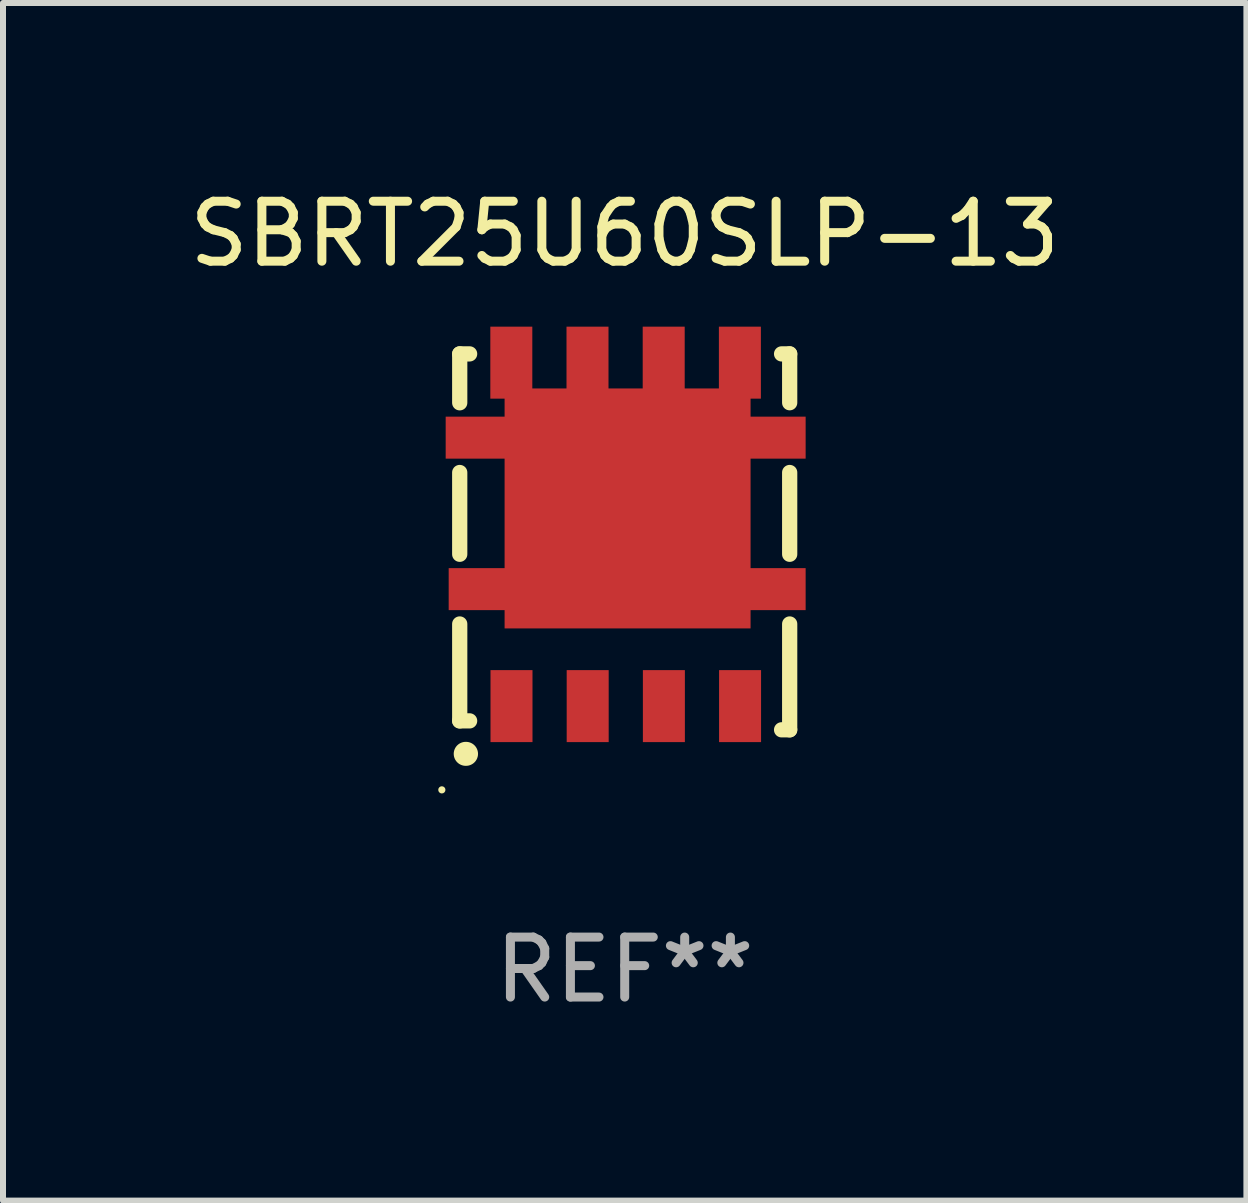
<source format=kicad_pcb>
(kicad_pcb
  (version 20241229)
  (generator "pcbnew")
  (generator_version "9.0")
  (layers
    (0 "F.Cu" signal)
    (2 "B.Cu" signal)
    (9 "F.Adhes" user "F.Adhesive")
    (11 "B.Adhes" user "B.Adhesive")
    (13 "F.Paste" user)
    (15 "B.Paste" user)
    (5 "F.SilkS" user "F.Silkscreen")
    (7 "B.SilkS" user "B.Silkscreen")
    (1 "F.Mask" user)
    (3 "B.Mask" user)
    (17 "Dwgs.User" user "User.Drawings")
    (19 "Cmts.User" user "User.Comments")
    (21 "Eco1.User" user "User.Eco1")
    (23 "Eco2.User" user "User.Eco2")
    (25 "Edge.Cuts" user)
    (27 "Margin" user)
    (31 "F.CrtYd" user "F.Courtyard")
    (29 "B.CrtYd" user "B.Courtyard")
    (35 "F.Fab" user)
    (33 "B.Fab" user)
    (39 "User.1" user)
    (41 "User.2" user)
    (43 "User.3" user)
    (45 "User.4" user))
  (footprint "SBRT25U60SLP-13"
    (layer "F.Cu")
    (at 7.363 5.982)
    (property "Reference" "SBRT25U60SLP-13" (at 0 -5.133 0) (layer "F.SilkS") (effects (font (size 1 1) (thickness 0.15))))
    (attr through_hole)
    (fp_line (start -2.75 -3.133) (end -2.585 -3.133) (stroke (width 0.254) (type solid)) (layer "F.SilkS"))
    (fp_line (start -2.75 -2.318) (end -2.75 -3.133) (stroke (width 0.254) (type solid)) (layer "F.SilkS"))
    (fp_line (start -2.75 0.207) (end -2.75 -1.156) (stroke (width 0.254) (type solid)) (layer "F.SilkS"))
    (fp_line (start -2.75 2.984) (end -2.75 1.369) (stroke (width 0.254) (type solid)) (layer "F.SilkS"))
    (fp_line (start -2.585 2.984) (end -2.75 2.984) (stroke (width 0.254) (type solid)) (layer "F.SilkS"))
    (fp_line (start 2.615 -3.133) (end 2.75 -3.133) (stroke (width 0.254) (type solid)) (layer "F.SilkS"))
    (fp_line (start 2.75 -3.133) (end 2.75 -2.319) (stroke (width 0.254) (type solid)) (layer "F.SilkS"))
    (fp_line (start 2.75 -1.156) (end 2.75 0.207) (stroke (width 0.254) (type solid)) (layer "F.SilkS"))
    (fp_line (start 2.75 1.369) (end 2.75 3.133) (stroke (width 0.254) (type solid)) (layer "F.SilkS"))
    (fp_line (start 2.75 3.133) (end 2.615 3.133) (stroke (width 0.254) (type solid)) (layer "F.SilkS"))
    (fp_arc (start -2.650114 3.533528) (mid -2.647574 3.533512) (end -2.645034 3.533528) (stroke (width 0.4) (type solid)) (layer "F.SilkS"))
    (fp_circle (center -3.048 4.134) (end -3.018 4.134) (stroke (width 0.06) (type solid)) (fill no) (layer "F.SilkS"))
    (fp_text user "REF**" (at 0 7.133 0) (layer "F.Fab") (effects (font (size 1 1) (thickness 0.15))))
    (pad "1" smd rect (at -1.887 2.738 90) (size 1.2 0.7) (layers "F.Cu" "F.Mask" "F.Paste"))
    (pad "2" smd rect (at -0.617 2.738 90) (size 1.2 0.7) (layers "F.Cu" "F.Mask" "F.Paste"))
    (pad "3" smd rect (at 0.653 2.738 90) (size 1.2 0.7) (layers "F.Cu" "F.Mask" "F.Paste"))
    (pad "4" smd rect (at 1.923 2.738 90) (size 1.2 0.7) (layers "F.Cu" "F.Mask" "F.Paste"))
    (pad "5" smd rect (at 1.92 -2.987 90) (size 1.2 0.7) (layers "F.Cu" "F.Mask" "F.Paste"))
    (pad "6" smd rect (at 0.65 -2.987 90) (size 1.2 0.7) (layers "F.Cu" "F.Mask" "F.Paste"))
    (pad "7" smd rect (at -0.62 -2.987 90) (size 1.2 0.7) (layers "F.Cu" "F.Mask" "F.Paste"))
    (pad "8" smd rect (at -2.384 -1.737 180) (size 1.2 0.7) (layers "F.Cu" "F.Mask" "F.Paste"))
    (pad "8" smd rect (at -2.334 0.788 180) (size 1.2 0.7) (layers "F.Cu" "F.Mask" "F.Paste"))
    (pad "8" smd rect (at -1.89 -2.987 90) (size 1.2 0.7) (layers "F.Cu" "F.Mask" "F.Paste"))
    (pad "8" smd rect (at 0.048 -0.557 90) (size 4 4.1) (layers "F.Cu" "F.Mask" "F.Paste"))
    (pad "8" smd rect (at 2.416 -1.737 180) (size 1.2 0.7) (layers "F.Cu" "F.Mask" "F.Paste"))
    (pad "8" smd rect (at 2.416 0.788 180) (size 1.2 0.7) (layers "F.Cu" "F.Mask" "F.Paste")))
  (gr_rect
    (start -3 -3)
    (end 17.726 16.963)
    (stroke (width 0.1) (type default))
    (fill no)
    (layer "Edge.Cuts")))
</source>
